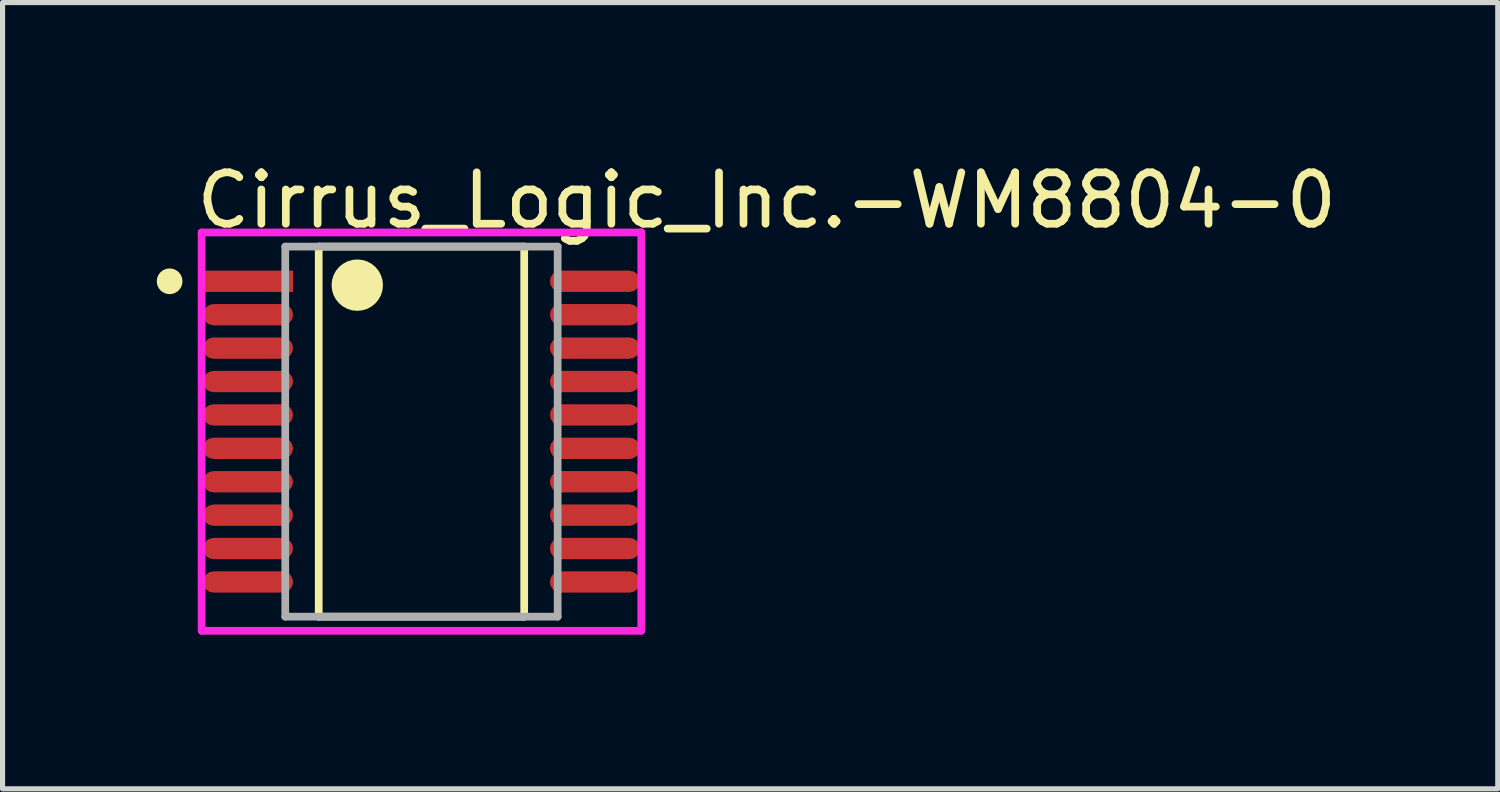
<source format=kicad_pcb>
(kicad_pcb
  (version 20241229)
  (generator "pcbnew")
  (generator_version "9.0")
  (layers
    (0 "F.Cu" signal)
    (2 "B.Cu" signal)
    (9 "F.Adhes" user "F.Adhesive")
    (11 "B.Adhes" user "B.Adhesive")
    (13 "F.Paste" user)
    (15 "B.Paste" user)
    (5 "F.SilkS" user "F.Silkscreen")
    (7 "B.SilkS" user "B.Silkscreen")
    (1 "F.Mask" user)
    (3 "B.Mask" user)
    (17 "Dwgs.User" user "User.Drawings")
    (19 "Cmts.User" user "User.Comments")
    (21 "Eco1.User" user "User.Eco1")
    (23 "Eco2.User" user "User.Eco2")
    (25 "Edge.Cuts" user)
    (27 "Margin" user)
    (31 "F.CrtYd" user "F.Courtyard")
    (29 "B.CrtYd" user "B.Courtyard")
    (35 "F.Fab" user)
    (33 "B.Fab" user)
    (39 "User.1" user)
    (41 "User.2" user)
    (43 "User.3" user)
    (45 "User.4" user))
  (footprint "Cirrus_Logic_Inc.-WM8804-0"
    (layer "F.Cu")
    (at 5.15 5.348)
    (property "Reference" "Cirrus_Logic_Inc.-WM8804-0" (at -4.452 -4.5 0) (layer "F.SilkS") (effects (font (size 1 1) (thickness 0.15)) (justify left)))
    (attr through_hole)
    (fp_line (start -1.999 -3.6) (end 1.999 -3.6) (stroke (width 0.15) (type solid)) (layer "F.SilkS"))
    (fp_line (start -1.999 3.6) (end -1.999 -3.6) (stroke (width 0.15) (type solid)) (layer "F.SilkS"))
    (fp_line (start 1.999 -3.6) (end 1.999 3.6) (stroke (width 0.15) (type solid)) (layer "F.SilkS"))
    (fp_line (start 1.999 3.6) (end -1.999 3.6) (stroke (width 0.15) (type solid)) (layer "F.SilkS"))
    (fp_circle (center -4.9 -2.925) (end -4.775 -2.925) (stroke (width 0.25) (type solid)) (fill no) (layer "F.SilkS"))
    (fp_circle (center -1.249 -2.85) (end -0.999 -2.85) (stroke (width 0.5) (type solid)) (fill no) (layer "F.SilkS"))
    (fp_line (start -4.277 -3.875) (end -4.277 3.875) (stroke (width 0.15) (type solid)) (layer "F.CrtYd"))
    (fp_line (start -4.277 3.875) (end 4.277 3.875) (stroke (width 0.15) (type solid)) (layer "F.CrtYd"))
    (fp_line (start 4.277 -3.875) (end -4.277 -3.875) (stroke (width 0.15) (type solid)) (layer "F.CrtYd"))
    (fp_line (start 4.277 -3.875) (end 4.277 -3.875) (stroke (width 0.15) (type solid)) (layer "F.CrtYd"))
    (fp_line (start 4.277 3.875) (end 4.277 -3.875) (stroke (width 0.15) (type solid)) (layer "F.CrtYd"))
    (fp_line (start -2.65 -3.6) (end 2.65 -3.6) (stroke (width 0.15) (type solid)) (layer "F.Fab"))
    (fp_line (start -2.65 3.6) (end -2.65 -3.6) (stroke (width 0.15) (type solid)) (layer "F.Fab"))
    (fp_line (start 2.65 -3.6) (end 2.65 3.6) (stroke (width 0.15) (type solid)) (layer "F.Fab"))
    (fp_line (start 2.65 3.6) (end -2.65 3.6) (stroke (width 0.15) (type solid)) (layer "F.Fab"))
    (pad "1" smd rect (at -3.375 -2.925) (size 1.753 0.415) (layers "F.Cu" "F.Mask" "F.Paste"))
    (pad "2" smd roundrect (at -3.375 -2.275) (size 1.753 0.415) (layers "F.Cu" "F.Mask" "F.Paste") (roundrect_rratio 0.5))
    (pad "3" smd roundrect (at -3.375 -1.625) (size 1.753 0.415) (layers "F.Cu" "F.Mask" "F.Paste") (roundrect_rratio 0.5))
    (pad "4" smd roundrect (at -3.375 -0.975) (size 1.753 0.415) (layers "F.Cu" "F.Mask" "F.Paste") (roundrect_rratio 0.5))
    (pad "5" smd roundrect (at -3.375 -0.325) (size 1.753 0.415) (layers "F.Cu" "F.Mask" "F.Paste") (roundrect_rratio 0.5))
    (pad "6" smd roundrect (at -3.375 0.325) (size 1.753 0.415) (layers "F.Cu" "F.Mask" "F.Paste") (roundrect_rratio 0.5))
    (pad "7" smd roundrect (at -3.375 0.975) (size 1.753 0.415) (layers "F.Cu" "F.Mask" "F.Paste") (roundrect_rratio 0.5))
    (pad "8" smd roundrect (at -3.375 1.625) (size 1.753 0.415) (layers "F.Cu" "F.Mask" "F.Paste") (roundrect_rratio 0.5))
    (pad "9" smd roundrect (at -3.375 2.275) (size 1.753 0.415) (layers "F.Cu" "F.Mask" "F.Paste") (roundrect_rratio 0.5))
    (pad "10" smd roundrect (at -3.375 2.925) (size 1.753 0.415) (layers "F.Cu" "F.Mask" "F.Paste") (roundrect_rratio 0.5))
    (pad "11" smd roundrect (at 3.375 2.925) (size 1.753 0.415) (layers "F.Cu" "F.Mask" "F.Paste") (roundrect_rratio 0.5))
    (pad "12" smd roundrect (at 3.375 2.275) (size 1.753 0.415) (layers "F.Cu" "F.Mask" "F.Paste") (roundrect_rratio 0.5))
    (pad "13" smd roundrect (at 3.375 1.625) (size 1.753 0.415) (layers "F.Cu" "F.Mask" "F.Paste") (roundrect_rratio 0.5))
    (pad "14" smd roundrect (at 3.375 0.975) (size 1.753 0.415) (layers "F.Cu" "F.Mask" "F.Paste") (roundrect_rratio 0.5))
    (pad "15" smd roundrect (at 3.375 0.325) (size 1.753 0.415) (layers "F.Cu" "F.Mask" "F.Paste") (roundrect_rratio 0.5))
    (pad "16" smd roundrect (at 3.375 -0.325) (size 1.753 0.415) (layers "F.Cu" "F.Mask" "F.Paste") (roundrect_rratio 0.5))
    (pad "17" smd roundrect (at 3.375 -0.975) (size 1.753 0.415) (layers "F.Cu" "F.Mask" "F.Paste") (roundrect_rratio 0.5))
    (pad "18" smd roundrect (at 3.375 -1.625) (size 1.753 0.415) (layers "F.Cu" "F.Mask" "F.Paste") (roundrect_rratio 0.5))
    (pad "19" smd roundrect (at 3.375 -2.275) (size 1.753 0.415) (layers "F.Cu" "F.Mask" "F.Paste") (roundrect_rratio 0.5))
    (pad "20" smd roundrect (at 3.375 -2.925) (size 1.753 0.415) (layers "F.Cu" "F.Mask" "F.Paste") (roundrect_rratio 0.5)))
  (gr_rect
    (start -3 -3)
    (end 26.091 12.298)
    (stroke (width 0.1) (type default))
    (fill no)
    (layer "Edge.Cuts")))
</source>
